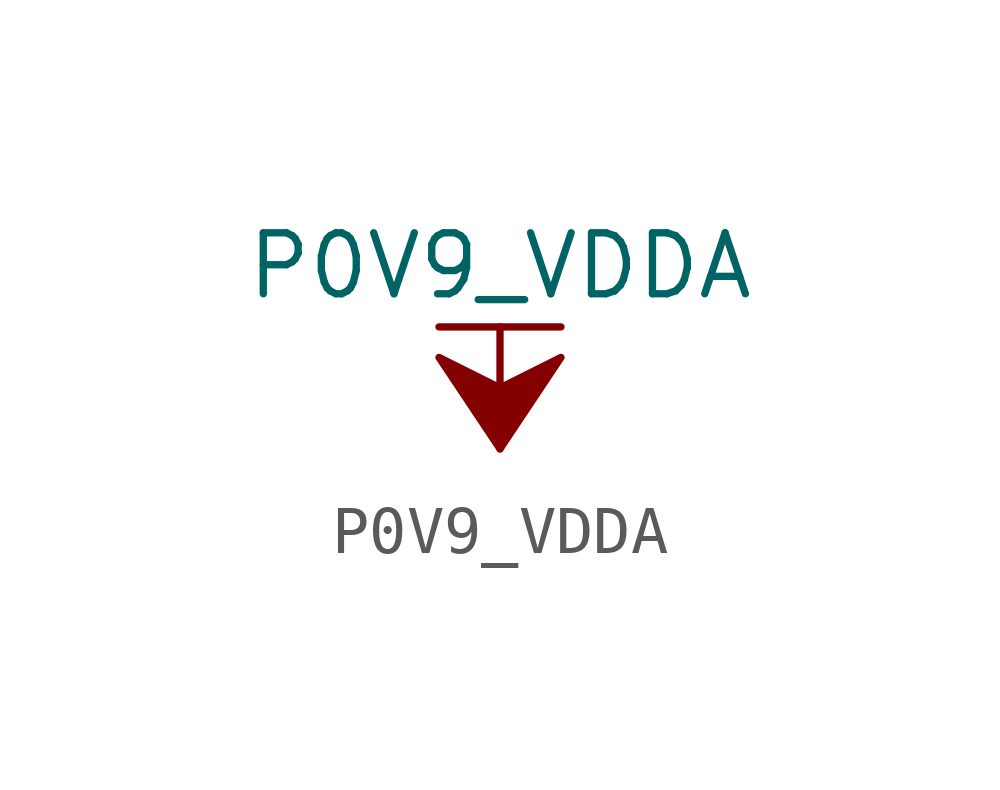
<source format=kicad_sym>
(kicad_symbol_lib
  (version 20211014)
  (generator kicad_symbol_editor)
  (symbol "P0V9_VDDA"
    (power)
    (pin_names
      (offset 0))
    (property "Reference" "#PWR"
      (at 0 -3.81 0)
      (effects (font (size 1.27 1.27)) hide))
    (property "Value" "P0V9_VDDA"
      (at 0 3.81 0)
      (effects (font (size 1.27 1.27))))
    (symbol "P0V9_VDDA_0_1"
      (polyline (pts (xy -1.27 2.54) (xy 1.27 2.54)) (stroke (width 0.152) (type default) (color 0 0 0 0)) (fill (type none)))
      (polyline (pts (xy 0 0) (xy 0 2.54)) (stroke (width 0.152) (type default) (color 0 0 0 0)) (fill (type none)))
      (polyline (pts (xy 0 0) (xy 1.27 1.905) (xy 0 1.27) (xy -1.27 1.905) (xy 0 0)) (stroke (width 0.152) (type default) (color 0 0 0 0)) (fill (type outline))))
    (symbol "P0V9_VDDA_1_1"
      (pin power_in line (at 0 0 90) (length 0) hide (name "P0V9_VDDA" (effects (font (size 1.27 1.27)))) (number "1" (effects (font (size 1.27 1.27))))))))
</source>
